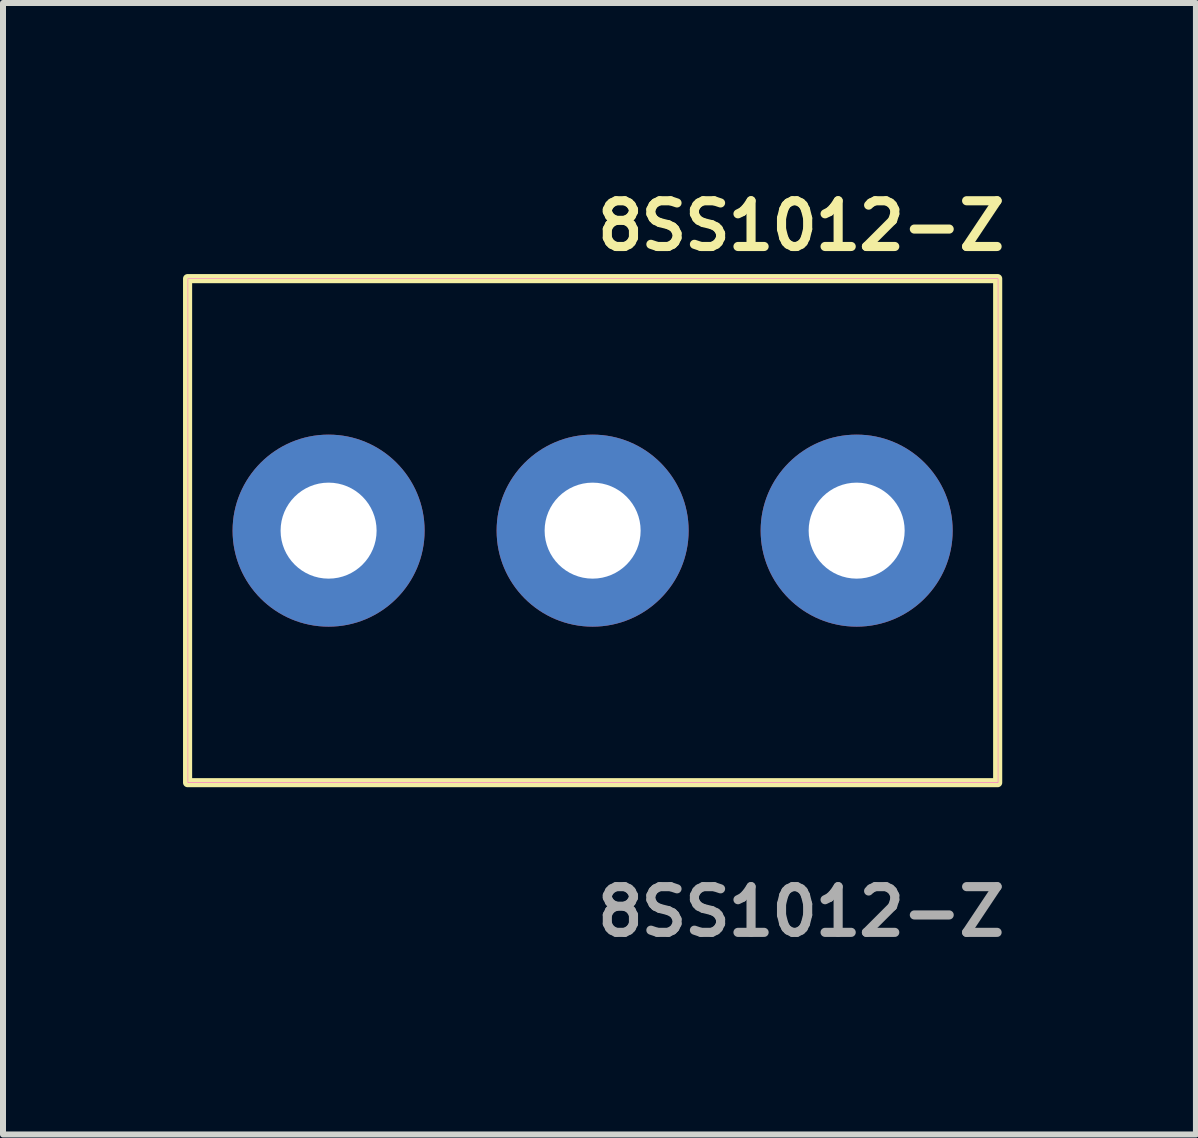
<source format=kicad_pcb>
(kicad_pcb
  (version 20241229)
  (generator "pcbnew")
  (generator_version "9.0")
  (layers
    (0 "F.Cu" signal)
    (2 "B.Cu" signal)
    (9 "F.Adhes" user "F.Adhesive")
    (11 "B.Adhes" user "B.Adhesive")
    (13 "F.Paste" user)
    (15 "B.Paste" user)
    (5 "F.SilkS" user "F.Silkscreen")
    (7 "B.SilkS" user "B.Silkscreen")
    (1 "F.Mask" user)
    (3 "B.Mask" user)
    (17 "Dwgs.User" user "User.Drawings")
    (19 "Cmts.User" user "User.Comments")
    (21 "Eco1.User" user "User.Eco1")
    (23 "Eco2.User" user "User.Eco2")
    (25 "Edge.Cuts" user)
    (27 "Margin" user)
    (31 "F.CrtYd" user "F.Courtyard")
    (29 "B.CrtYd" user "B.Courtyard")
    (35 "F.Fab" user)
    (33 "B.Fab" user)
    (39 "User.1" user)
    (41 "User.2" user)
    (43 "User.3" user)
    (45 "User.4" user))
  (footprint "8SS1012-Z"
    (layer "F.Cu")
    (at 6.826 5.793)
    (property "Reference" "8SS1012-Z" (at 0 -5.08 0) (unlocked yes) (layer "F.SilkS") (effects (font (size 0.762 0.762) (thickness 0.152) (bold yes)) (justify left)))
    (attr smd)
    (fp_rect (start -6.75 -4.2) (end 6.75 4.2) (stroke (width 0.152) (type solid)) (fill no) (layer "F.SilkS"))
    (fp_rect (start -6.744 -4.2) (end 6.756 4.2) (stroke (width 0.006) (type solid)) (fill no) (layer "F.CrtYd"))
    (fp_text user "${REFERENCE}" (at 0 6.35 0) (unlocked yes) (layer "F.Fab") (effects (font (size 0.762 0.762) (thickness 0.152) (bold yes)) (justify left)))
    (pad "1" thru_hole circle (at -4.4 0) (size 3.2 3.2) (drill 1.6) (layers "*.Cu" "*.Mask"))
    (pad "2" thru_hole circle (at 0 0) (size 3.2 3.2) (drill 1.6) (layers "*.Cu" "*.Mask"))
    (pad "3" thru_hole circle (at 4.4 0) (size 3.2 3.2) (drill 1.6) (layers "*.Cu" "*.Mask")))
  (gr_rect
    (start -3 -3)
    (end 16.88 15.856)
    (stroke (width 0.1) (type default))
    (fill no)
    (layer "Edge.Cuts")))
</source>
